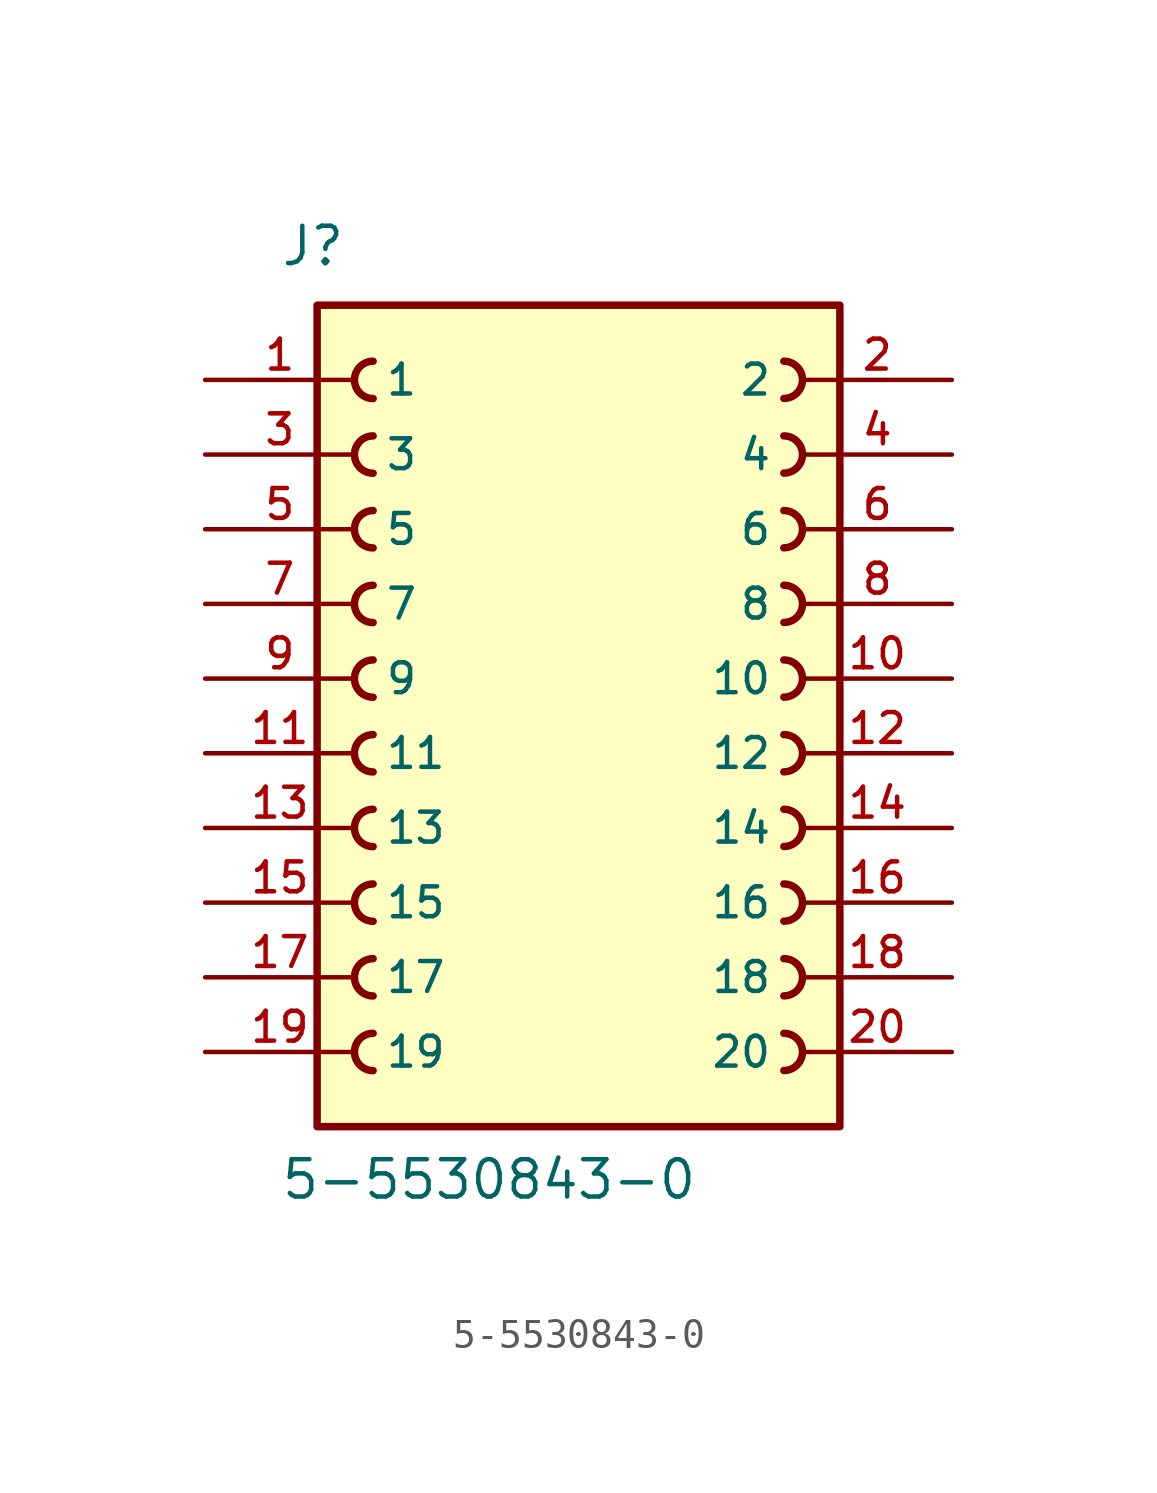
<source format=kicad_sym>
(kicad_symbol_lib
  (version 20211014)
  (generator kicad_symbol_editor)
  (symbol "5-5530843-0"
    (pin_names
      (offset 1.016))
    (property "Reference" "J"
      (at -10.16 16.51 0)
      (effects (font (size 1.27 1.27)) (justify bottom left)))
    (property "Value" "5-5530843-0"
      (at -10.16 -15.24 0)
      (effects (font (size 1.27 1.27)) (justify bottom left)))
    (symbol "5-5530843-0_0_0"
      (arc (start 6.985 12.065) (mid 7.62 12.7) (end 6.985 13.335) (stroke (width 0.254) (type default) (color 0 0 0 0)) (fill (type none)))
      (arc (start 6.985 9.525) (mid 7.62 10.16) (end 6.985 10.795) (stroke (width 0.254) (type default) (color 0 0 0 0)) (fill (type none)))
      (arc (start 6.985 6.985) (mid 7.62 7.62) (end 6.985 8.255) (stroke (width 0.254) (type default) (color 0 0 0 0)) (fill (type none)))
      (arc (start 6.985 4.445) (mid 7.62 5.08) (end 6.985 5.715) (stroke (width 0.254) (type default) (color 0 0 0 0)) (fill (type none)))
      (arc (start 6.985 1.905) (mid 7.62 2.54) (end 6.985 3.175) (stroke (width 0.254) (type default) (color 0 0 0 0)) (fill (type none)))
      (arc (start 6.985 -0.635) (mid 7.62 0.0) (end 6.985 0.635) (stroke (width 0.254) (type default) (color 0 0 0 0)) (fill (type none)))
      (arc (start 6.985 -3.175) (mid 7.62 -2.54) (end 6.985 -1.905) (stroke (width 0.254) (type default) (color 0 0 0 0)) (fill (type none)))
      (arc (start 6.985 -5.715) (mid 7.62 -5.08) (end 6.985 -4.445) (stroke (width 0.254) (type default) (color 0 0 0 0)) (fill (type none)))
      (arc (start 6.985 -8.255) (mid 7.62 -7.62) (end 6.985 -6.985) (stroke (width 0.254) (type default) (color 0 0 0 0)) (fill (type none)))
      (arc (start 6.985 -10.795) (mid 7.62 -10.16) (end 6.985 -9.525) (stroke (width 0.254) (type default) (color 0 0 0 0)) (fill (type none)))
      (arc (start -6.985 -9.525) (mid -7.62 -10.16) (end -6.985 -10.795) (stroke (width 0.254) (type default) (color 0 0 0 0)) (fill (type none)))
      (arc (start -6.985 -6.985) (mid -7.62 -7.62) (end -6.985 -8.255) (stroke (width 0.254) (type default) (color 0 0 0 0)) (fill (type none)))
      (arc (start -6.985 -4.445) (mid -7.62 -5.08) (end -6.985 -5.715) (stroke (width 0.254) (type default) (color 0 0 0 0)) (fill (type none)))
      (arc (start -6.985 -1.905) (mid -7.62 -2.54) (end -6.985 -3.175) (stroke (width 0.254) (type default) (color 0 0 0 0)) (fill (type none)))
      (arc (start -6.985 0.635) (mid -7.62 -0.0) (end -6.985 -0.635) (stroke (width 0.254) (type default) (color 0 0 0 0)) (fill (type none)))
      (arc (start -6.985 3.175) (mid -7.62 2.54) (end -6.985 1.905) (stroke (width 0.254) (type default) (color 0 0 0 0)) (fill (type none)))
      (arc (start -6.985 5.715) (mid -7.62 5.08) (end -6.985 4.445) (stroke (width 0.254) (type default) (color 0 0 0 0)) (fill (type none)))
      (arc (start -6.985 8.255) (mid -7.62 7.62) (end -6.985 6.985) (stroke (width 0.254) (type default) (color 0 0 0 0)) (fill (type none)))
      (arc (start -6.985 10.795) (mid -7.62 10.16) (end -6.985 9.525) (stroke (width 0.254) (type default) (color 0 0 0 0)) (fill (type none)))
      (arc (start -6.985 13.335) (mid -7.62 12.7) (end -6.985 12.065) (stroke (width 0.254) (type default) (color 0 0 0 0)) (fill (type none)))
      (rectangle (start -8.89 -12.7) (end 8.89 15.24) (stroke (width 0.254)) (fill (type background)))
      (pin passive line (at -12.7 12.7 0) (length 5.08) (name "1" (effects (font (size 1.016 1.016)))) (number "1" (effects (font (size 1.016 1.016)))))
      (pin passive line (at 12.7 12.7 180.0) (length 5.08) (name "2" (effects (font (size 1.016 1.016)))) (number "2" (effects (font (size 1.016 1.016)))))
      (pin passive line (at -12.7 10.16 0) (length 5.08) (name "3" (effects (font (size 1.016 1.016)))) (number "3" (effects (font (size 1.016 1.016)))))
      (pin passive line (at 12.7 10.16 180.0) (length 5.08) (name "4" (effects (font (size 1.016 1.016)))) (number "4" (effects (font (size 1.016 1.016)))))
      (pin passive line (at -12.7 7.62 0) (length 5.08) (name "5" (effects (font (size 1.016 1.016)))) (number "5" (effects (font (size 1.016 1.016)))))
      (pin passive line (at 12.7 7.62 180.0) (length 5.08) (name "6" (effects (font (size 1.016 1.016)))) (number "6" (effects (font (size 1.016 1.016)))))
      (pin passive line (at -12.7 5.08 0) (length 5.08) (name "7" (effects (font (size 1.016 1.016)))) (number "7" (effects (font (size 1.016 1.016)))))
      (pin passive line (at 12.7 5.08 180.0) (length 5.08) (name "8" (effects (font (size 1.016 1.016)))) (number "8" (effects (font (size 1.016 1.016)))))
      (pin passive line (at -12.7 2.54 0) (length 5.08) (name "9" (effects (font (size 1.016 1.016)))) (number "9" (effects (font (size 1.016 1.016)))))
      (pin passive line (at 12.7 2.54 180.0) (length 5.08) (name "10" (effects (font (size 1.016 1.016)))) (number "10" (effects (font (size 1.016 1.016)))))
      (pin passive line (at -12.7 0.0 0) (length 5.08) (name "11" (effects (font (size 1.016 1.016)))) (number "11" (effects (font (size 1.016 1.016)))))
      (pin passive line (at 12.7 0.0 180.0) (length 5.08) (name "12" (effects (font (size 1.016 1.016)))) (number "12" (effects (font (size 1.016 1.016)))))
      (pin passive line (at -12.7 -2.54 0) (length 5.08) (name "13" (effects (font (size 1.016 1.016)))) (number "13" (effects (font (size 1.016 1.016)))))
      (pin passive line (at 12.7 -2.54 180.0) (length 5.08) (name "14" (effects (font (size 1.016 1.016)))) (number "14" (effects (font (size 1.016 1.016)))))
      (pin passive line (at -12.7 -5.08 0) (length 5.08) (name "15" (effects (font (size 1.016 1.016)))) (number "15" (effects (font (size 1.016 1.016)))))
      (pin passive line (at 12.7 -5.08 180.0) (length 5.08) (name "16" (effects (font (size 1.016 1.016)))) (number "16" (effects (font (size 1.016 1.016)))))
      (pin passive line (at -12.7 -7.62 0) (length 5.08) (name "17" (effects (font (size 1.016 1.016)))) (number "17" (effects (font (size 1.016 1.016)))))
      (pin passive line (at 12.7 -7.62 180.0) (length 5.08) (name "18" (effects (font (size 1.016 1.016)))) (number "18" (effects (font (size 1.016 1.016)))))
      (pin passive line (at -12.7 -10.16 0) (length 5.08) (name "19" (effects (font (size 1.016 1.016)))) (number "19" (effects (font (size 1.016 1.016)))))
      (pin passive line (at 12.7 -10.16 180.0) (length 5.08) (name "20" (effects (font (size 1.016 1.016)))) (number "20" (effects (font (size 1.016 1.016))))))))
</source>
